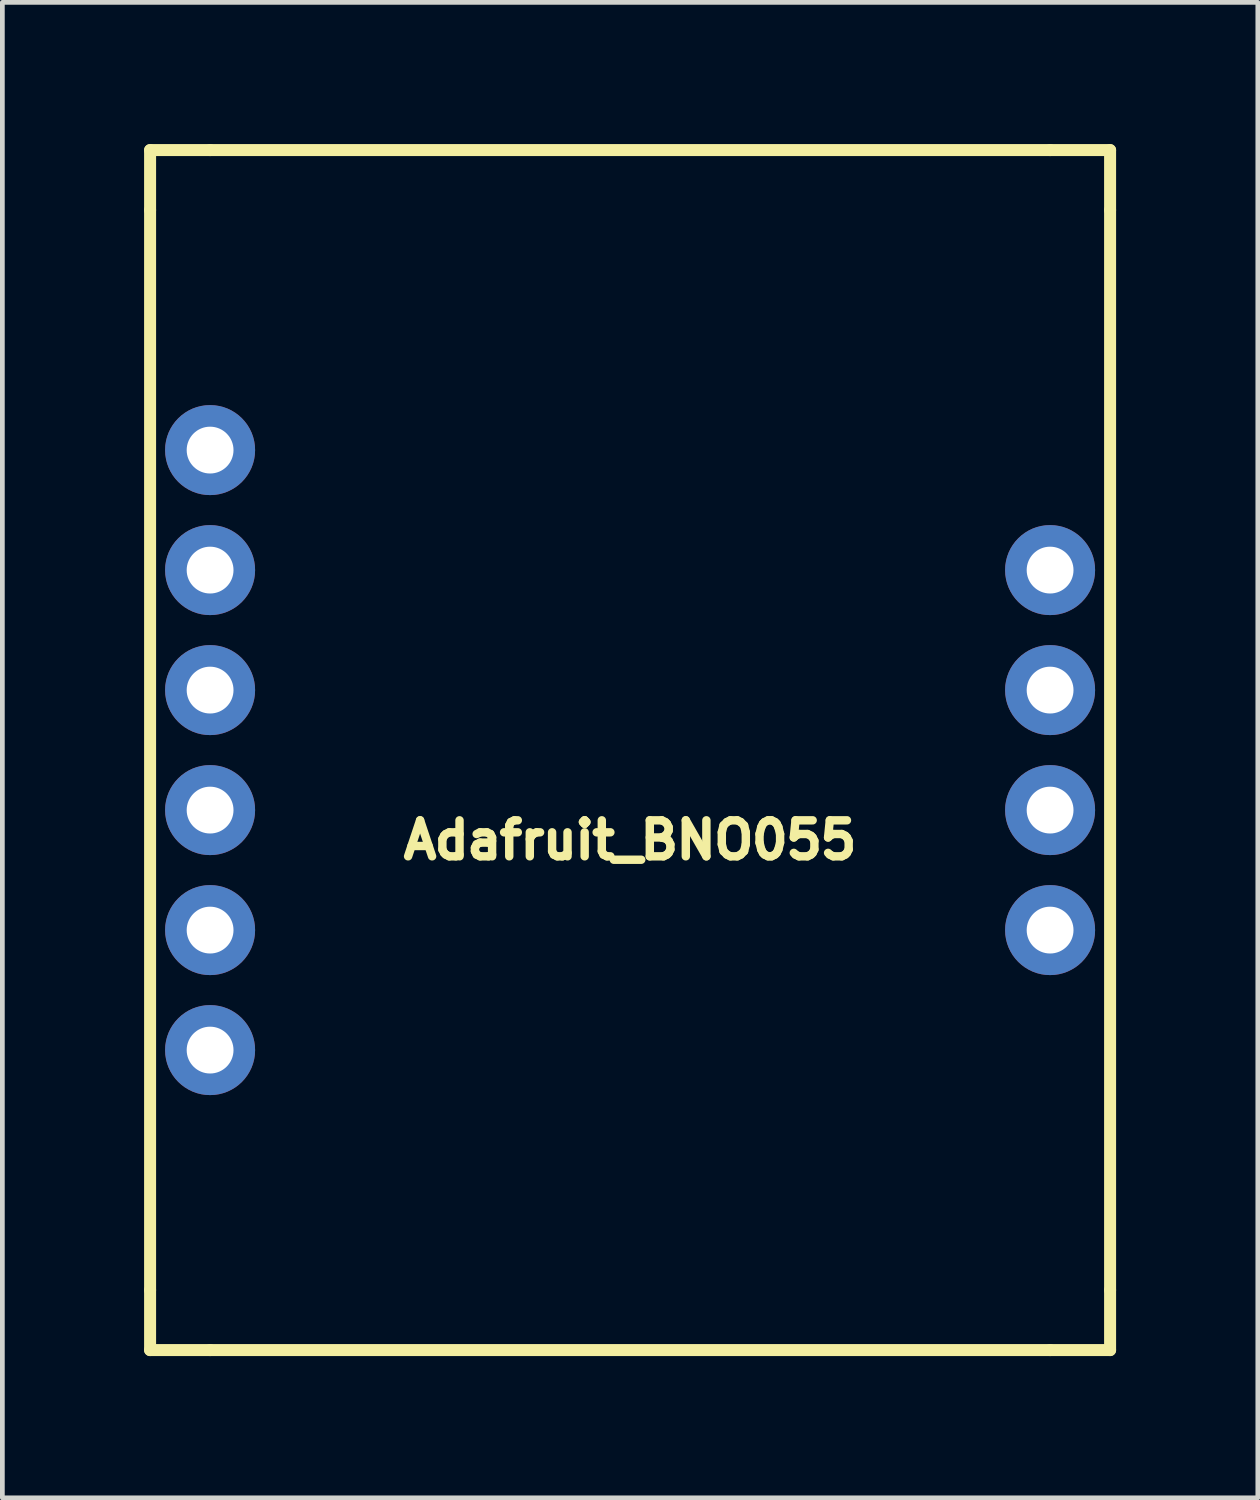
<source format=kicad_pcb>
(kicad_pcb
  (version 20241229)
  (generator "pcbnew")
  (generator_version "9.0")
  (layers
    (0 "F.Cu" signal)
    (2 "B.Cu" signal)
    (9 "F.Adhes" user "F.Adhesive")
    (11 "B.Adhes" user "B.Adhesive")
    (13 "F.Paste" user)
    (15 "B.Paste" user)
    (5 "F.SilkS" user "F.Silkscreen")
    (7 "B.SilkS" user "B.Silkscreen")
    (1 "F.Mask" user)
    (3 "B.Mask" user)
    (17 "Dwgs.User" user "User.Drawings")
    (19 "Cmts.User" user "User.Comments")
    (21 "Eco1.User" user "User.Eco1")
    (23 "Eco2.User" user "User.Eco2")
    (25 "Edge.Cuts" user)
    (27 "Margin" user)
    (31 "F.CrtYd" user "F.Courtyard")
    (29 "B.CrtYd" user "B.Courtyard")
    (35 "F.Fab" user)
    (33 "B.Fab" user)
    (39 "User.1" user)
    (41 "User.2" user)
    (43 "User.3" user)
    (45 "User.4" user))
  (footprint "Adafruit_BNO055"
    (layer "F.Cu")
    (at 10.287 12.827)
    (property "Reference" "Adafruit_BNO055" (at 0 1.905 0) (layer "F.SilkS") (effects (font (size 0.762 0.762) (thickness 0.178))))
    (attr through_hole)
    (fp_line (start -10.16 -12.7) (end -8.89 -12.7) (stroke (width 0.254) (type solid)) (layer "F.SilkS"))
    (fp_line (start -10.16 -11.43) (end -10.16 -12.7) (stroke (width 0.254) (type solid)) (layer "F.SilkS"))
    (fp_line (start -10.16 11.43) (end -10.16 -11.43) (stroke (width 0.254) (type solid)) (layer "F.SilkS"))
    (fp_line (start -10.16 11.43) (end -10.16 12.7) (stroke (width 0.254) (type solid)) (layer "F.SilkS"))
    (fp_line (start -10.16 12.7) (end -8.89 12.7) (stroke (width 0.254) (type solid)) (layer "F.SilkS"))
    (fp_line (start -8.89 -12.7) (end 8.89 -12.7) (stroke (width 0.254) (type solid)) (layer "F.SilkS"))
    (fp_line (start 8.89 -12.7) (end 10.16 -12.7) (stroke (width 0.254) (type solid)) (layer "F.SilkS"))
    (fp_line (start 8.89 12.7) (end -8.89 12.7) (stroke (width 0.254) (type solid)) (layer "F.SilkS"))
    (fp_line (start 8.89 12.7) (end 10.16 12.7) (stroke (width 0.254) (type solid)) (layer "F.SilkS"))
    (fp_line (start 10.16 -12.7) (end 10.16 -11.43) (stroke (width 0.254) (type solid)) (layer "F.SilkS"))
    (fp_line (start 10.16 -11.43) (end 10.16 11.43) (stroke (width 0.254) (type solid)) (layer "F.SilkS"))
    (fp_line (start 10.16 12.7) (end 10.16 11.43) (stroke (width 0.254) (type solid)) (layer "F.SilkS"))
    (pad "1" thru_hole circle (at -8.89 -6.35) (size 1.905 1.905) (drill 0.991) (layers "*.Cu" "*.Mask"))
    (pad "2" thru_hole circle (at -8.89 -3.81) (size 1.905 1.905) (drill 0.991) (layers "*.Cu" "*.Mask"))
    (pad "3" thru_hole circle (at -8.89 -1.27) (size 1.905 1.905) (drill 0.991) (layers "*.Cu" "*.Mask"))
    (pad "4" thru_hole circle (at -8.89 1.27) (size 1.905 1.905) (drill 0.991) (layers "*.Cu" "*.Mask"))
    (pad "5" thru_hole circle (at -8.89 3.81) (size 1.905 1.905) (drill 0.991) (layers "*.Cu" "*.Mask"))
    (pad "6" thru_hole circle (at -8.89 6.35) (size 1.905 1.905) (drill 0.991) (layers "*.Cu" "*.Mask"))
    (pad "7" thru_hole circle (at 8.89 3.81) (size 1.905 1.905) (drill 0.991) (layers "*.Cu" "*.Mask"))
    (pad "8" thru_hole circle (at 8.89 1.27) (size 1.905 1.905) (drill 0.991) (layers "*.Cu" "*.Mask"))
    (pad "9" thru_hole circle (at 8.89 -1.27) (size 1.905 1.905) (drill 0.991) (layers "*.Cu" "*.Mask"))
    (pad "10" thru_hole circle (at 8.89 -3.81) (size 1.905 1.905) (drill 0.991) (layers "*.Cu" "*.Mask")))
  (gr_rect
    (start -3 -3)
    (end 23.574 28.654)
    (stroke (width 0.1) (type default))
    (fill no)
    (layer "Edge.Cuts")))
</source>
